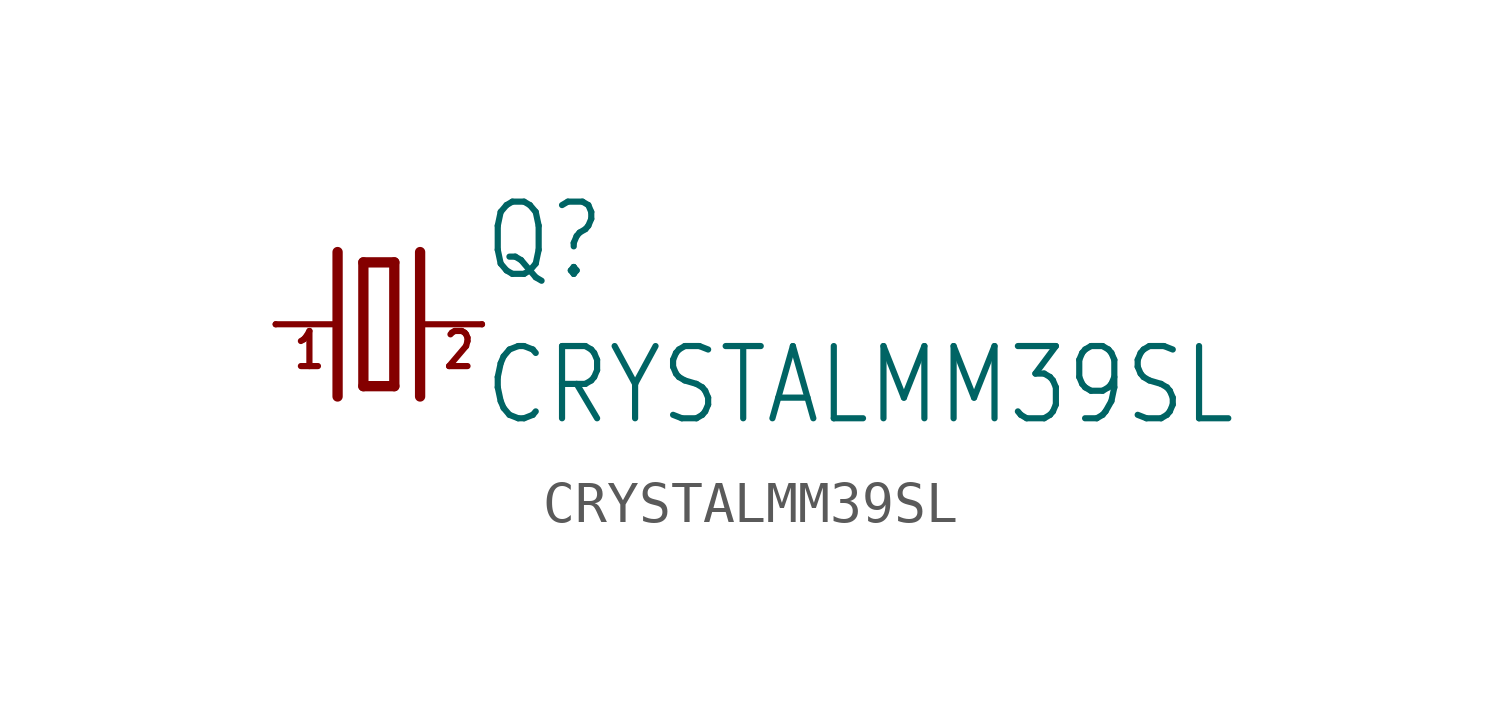
<source format=kicad_sym>
(kicad_symbol_lib
  (version 20220914)
  (generator kicad_symbol_editor)
  (symbol "CRYSTALMM39SL"
    (property "Reference" "Q"
      (at 2.54 1.016 0)
      (effects (font (size 1.778 1.511)) (justify left bottom)))
    (property "Value" "CRYSTALMM39SL"
      (at 2.54 -2.54 0)
      (effects (font (size 1.778 1.511)) (justify left bottom)))
    (property "ki_locked" ""
      (at 0 0 0)
      (effects (font (size 1.27 1.27))))
    (symbol "CRYSTALMM39SL_1_0"
      (polyline (pts (xy -2.54 0) (xy -1.016 0)) (stroke (width 0.152) (type default)) (fill (type none)))
      (polyline (pts (xy -1.016 1.778) (xy -1.016 -1.778)) (stroke (width 0.254) (type default)) (fill (type none)))
      (polyline (pts (xy -0.381 -1.524) (xy 0.381 -1.524)) (stroke (width 0.254) (type default)) (fill (type none)))
      (polyline (pts (xy -0.381 1.524) (xy -0.381 -1.524)) (stroke (width 0.254) (type default)) (fill (type none)))
      (polyline (pts (xy 0.381 -1.524) (xy 0.381 1.524)) (stroke (width 0.254) (type default)) (fill (type none)))
      (polyline (pts (xy 0.381 1.524) (xy -0.381 1.524)) (stroke (width 0.254) (type default)) (fill (type none)))
      (polyline (pts (xy 1.016 0) (xy 2.54 0)) (stroke (width 0.152) (type default)) (fill (type none)))
      (polyline (pts (xy 1.016 1.778) (xy 1.016 -1.778)) (stroke (width 0.254) (type default)) (fill (type none)))
      (text "1" (at -2.159 -1.143 0) (effects (font (size 0.864 0.734)) (justify left bottom)))
      (text "2" (at 1.524 -1.143 0) (effects (font (size 0.864 0.734)) (justify left bottom)))
      (pin passive line (at -2.54 0 0) (length 0) (name "1" (effects (font (size 0 0)))) (number "1" (effects (font (size 0 0)))))
      (pin passive line (at 2.54 0 180) (length 0) (name "2" (effects (font (size 0 0)))) (number "4" (effects (font (size 0 0))))))))
</source>
